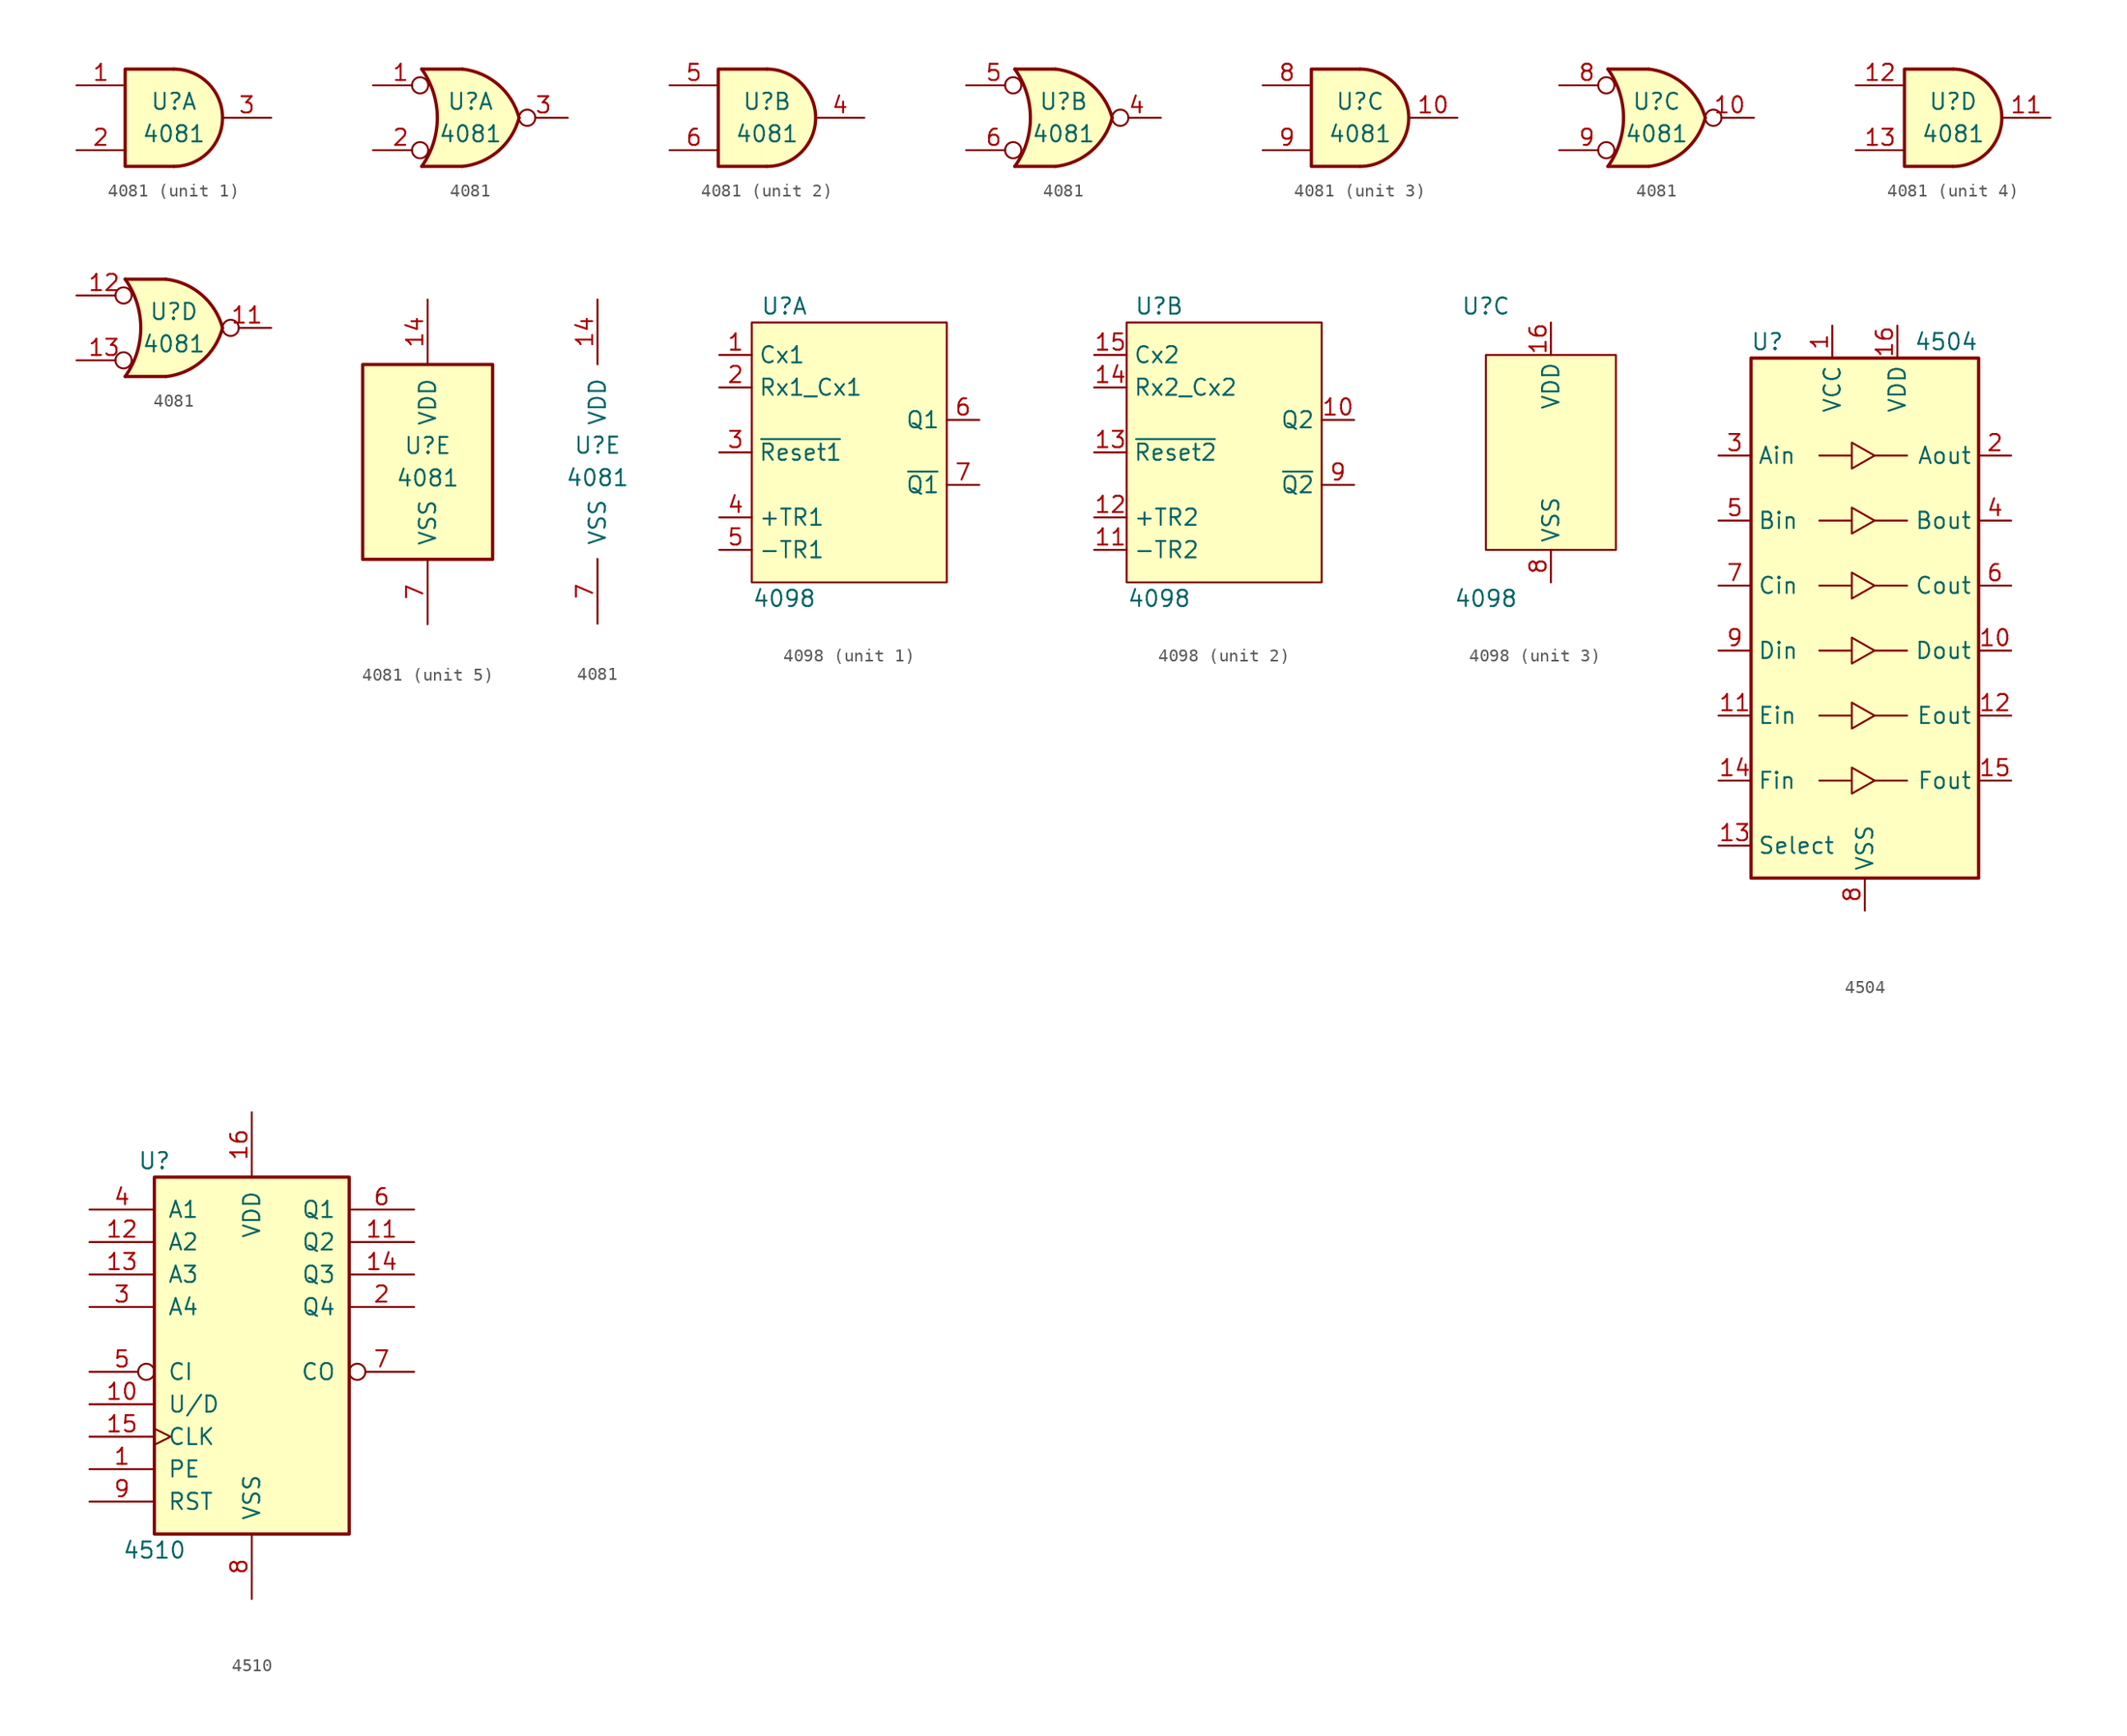
<source format=kicad_sym>
(kicad_symbol_lib
  (version 20200908)
  (generator kicad_symbol_editor)
  (symbol "4xxx:4081"
    (pin_names
      (offset 1.016))
    (property "Reference" "U"
      (at 0 1.27 0)
      (effects (font (size 1.27 1.27))))
    (property "Value" "4081"
      (at 0 -1.27 0)
      (effects (font (size 1.27 1.27))))
    (property "ki_locked" ""
      (at 0 0 0)
      (effects (font (size 1.27 1.27))))
    (symbol "4081_1_1"
      (arc (start 0 -3.81) (end 0 3.81) (radius (at 0 0) (length 3.81) (angles -89.9 89.9)) (stroke (width 0.254)) (fill (type background)))
      (polyline (pts (xy 0 3.81) (xy -3.81 3.81) (xy -3.81 -3.81) (xy 0 -3.81)) (stroke (width 0.254)) (fill (type background)))
      (pin input line (at -7.62 2.54 0) (length 3.81) (name "~" (effects (font (size 1.27 1.27)))) (number "1" (effects (font (size 1.27 1.27)))))
      (pin input line (at -7.62 -2.54 0) (length 3.81) (name "~" (effects (font (size 1.27 1.27)))) (number "2" (effects (font (size 1.27 1.27)))))
      (pin output line (at 7.62 0 180) (length 3.81) (name "~" (effects (font (size 1.27 1.27)))) (number "3" (effects (font (size 1.27 1.27))))))
    (symbol "4081_2_1"
      (arc (start 0 -3.81) (end 0 3.81) (radius (at 0 0) (length 3.81) (angles -89.9 89.9)) (stroke (width 0.254)) (fill (type background)))
      (polyline (pts (xy 0 3.81) (xy -3.81 3.81) (xy -3.81 -3.81) (xy 0 -3.81)) (stroke (width 0.254)) (fill (type background)))
      (pin output line (at 7.62 0 180) (length 3.81) (name "~" (effects (font (size 1.27 1.27)))) (number "4" (effects (font (size 1.27 1.27)))))
      (pin input line (at -7.62 2.54 0) (length 3.81) (name "~" (effects (font (size 1.27 1.27)))) (number "5" (effects (font (size 1.27 1.27)))))
      (pin input line (at -7.62 -2.54 0) (length 3.81) (name "~" (effects (font (size 1.27 1.27)))) (number "6" (effects (font (size 1.27 1.27))))))
    (symbol "4081_3_1"
      (arc (start 0 -3.81) (end 0 3.81) (radius (at 0 0) (length 3.81) (angles -89.9 89.9)) (stroke (width 0.254)) (fill (type background)))
      (polyline (pts (xy 0 3.81) (xy -3.81 3.81) (xy -3.81 -3.81) (xy 0 -3.81)) (stroke (width 0.254)) (fill (type background)))
      (pin output line (at 7.62 0 180) (length 3.81) (name "~" (effects (font (size 1.27 1.27)))) (number "10" (effects (font (size 1.27 1.27)))))
      (pin input line (at -7.62 2.54 0) (length 3.81) (name "~" (effects (font (size 1.27 1.27)))) (number "8" (effects (font (size 1.27 1.27)))))
      (pin input line (at -7.62 -2.54 0) (length 3.81) (name "~" (effects (font (size 1.27 1.27)))) (number "9" (effects (font (size 1.27 1.27))))))
    (symbol "4081_4_1"
      (arc (start 0 -3.81) (end 0 3.81) (radius (at 0 0) (length 3.81) (angles -89.9 89.9)) (stroke (width 0.254)) (fill (type background)))
      (polyline (pts (xy 0 3.81) (xy -3.81 3.81) (xy -3.81 -3.81) (xy 0 -3.81)) (stroke (width 0.254)) (fill (type background)))
      (pin output line (at 7.62 0 180) (length 3.81) (name "~" (effects (font (size 1.27 1.27)))) (number "11" (effects (font (size 1.27 1.27)))))
      (pin input line (at -7.62 2.54 0) (length 3.81) (name "~" (effects (font (size 1.27 1.27)))) (number "12" (effects (font (size 1.27 1.27)))))
      (pin input line (at -7.62 -2.54 0) (length 3.81) (name "~" (effects (font (size 1.27 1.27)))) (number "13" (effects (font (size 1.27 1.27))))))
    (symbol "4081_1_2"
      (arc (start -3.81 3.81) (end -3.81 -3.81) (radius (at -9.144 0) (length 6.5532) (angles 35.4 -35.4)) (stroke (width 0.254)) (fill (type none)))
      (arc (start 3.81 0) (end -0.6096 3.81) (radius (at -1.1938 -1.3208) (length 5.1816) (angles 15 83.7)) (stroke (width 0.254)) (fill (type background)))
      (arc (start 3.81 0) (end -0.6096 -3.81) (radius (at -1.1938 1.3208) (length 5.1816) (angles -15 -83.7)) (stroke (width 0.254)) (fill (type background)))
      (polyline (pts (xy -3.81 -3.81) (xy -0.635 -3.81)) (stroke (width 0.254)) (fill (type background)))
      (polyline (pts (xy -3.81 3.81) (xy -0.635 3.81)) (stroke (width 0.254)) (fill (type background)))
      (polyline (pts (xy -0.635 3.81) (xy -3.81 3.81) (xy -3.81 3.81) (xy -3.556 3.404) (xy -3.023 2.261) (xy -2.692 1.041) (xy -2.616 -0.254) (xy -2.769 -1.499) (xy -3.175 -2.718) (xy -3.81 -3.81) (xy -3.81 -3.81) (xy -0.635 -3.81)) (stroke (width -25.4)) (fill (type background)))
      (pin input inverted (at -7.62 2.54 0) (length 4.318) (name "~" (effects (font (size 1.27 1.27)))) (number "1" (effects (font (size 1.27 1.27)))))
      (pin input inverted (at -7.62 -2.54 0) (length 4.318) (name "~" (effects (font (size 1.27 1.27)))) (number "2" (effects (font (size 1.27 1.27)))))
      (pin output inverted (at 7.62 0 180) (length 3.81) (name "~" (effects (font (size 1.27 1.27)))) (number "3" (effects (font (size 1.27 1.27))))))
    (symbol "4081_2_2"
      (arc (start -3.81 3.81) (end -3.81 -3.81) (radius (at -9.144 0) (length 6.5532) (angles 35.4 -35.4)) (stroke (width 0.254)) (fill (type none)))
      (arc (start 3.81 0) (end -0.6096 3.81) (radius (at -1.1938 -1.3208) (length 5.1816) (angles 15 83.7)) (stroke (width 0.254)) (fill (type background)))
      (arc (start 3.81 0) (end -0.6096 -3.81) (radius (at -1.1938 1.3208) (length 5.1816) (angles -15 -83.7)) (stroke (width 0.254)) (fill (type background)))
      (polyline (pts (xy -3.81 -3.81) (xy -0.635 -3.81)) (stroke (width 0.254)) (fill (type background)))
      (polyline (pts (xy -3.81 3.81) (xy -0.635 3.81)) (stroke (width 0.254)) (fill (type background)))
      (polyline (pts (xy -0.635 3.81) (xy -3.81 3.81) (xy -3.81 3.81) (xy -3.556 3.404) (xy -3.023 2.261) (xy -2.692 1.041) (xy -2.616 -0.254) (xy -2.769 -1.499) (xy -3.175 -2.718) (xy -3.81 -3.81) (xy -3.81 -3.81) (xy -0.635 -3.81)) (stroke (width -25.4)) (fill (type background)))
      (pin output inverted (at 7.62 0 180) (length 3.81) (name "~" (effects (font (size 1.27 1.27)))) (number "4" (effects (font (size 1.27 1.27)))))
      (pin input inverted (at -7.62 2.54 0) (length 4.318) (name "~" (effects (font (size 1.27 1.27)))) (number "5" (effects (font (size 1.27 1.27)))))
      (pin input inverted (at -7.62 -2.54 0) (length 4.318) (name "~" (effects (font (size 1.27 1.27)))) (number "6" (effects (font (size 1.27 1.27))))))
    (symbol "4081_3_2"
      (arc (start -3.81 3.81) (end -3.81 -3.81) (radius (at -9.144 0) (length 6.5532) (angles 35.4 -35.4)) (stroke (width 0.254)) (fill (type none)))
      (arc (start 3.81 0) (end -0.6096 3.81) (radius (at -1.1938 -1.3208) (length 5.1816) (angles 15 83.7)) (stroke (width 0.254)) (fill (type background)))
      (arc (start 3.81 0) (end -0.6096 -3.81) (radius (at -1.1938 1.3208) (length 5.1816) (angles -15 -83.7)) (stroke (width 0.254)) (fill (type background)))
      (polyline (pts (xy -3.81 -3.81) (xy -0.635 -3.81)) (stroke (width 0.254)) (fill (type background)))
      (polyline (pts (xy -3.81 3.81) (xy -0.635 3.81)) (stroke (width 0.254)) (fill (type background)))
      (polyline (pts (xy -0.635 3.81) (xy -3.81 3.81) (xy -3.81 3.81) (xy -3.556 3.404) (xy -3.023 2.261) (xy -2.692 1.041) (xy -2.616 -0.254) (xy -2.769 -1.499) (xy -3.175 -2.718) (xy -3.81 -3.81) (xy -3.81 -3.81) (xy -0.635 -3.81)) (stroke (width -25.4)) (fill (type background)))
      (pin output inverted (at 7.62 0 180) (length 3.81) (name "~" (effects (font (size 1.27 1.27)))) (number "10" (effects (font (size 1.27 1.27)))))
      (pin input inverted (at -7.62 2.54 0) (length 4.318) (name "~" (effects (font (size 1.27 1.27)))) (number "8" (effects (font (size 1.27 1.27)))))
      (pin input inverted (at -7.62 -2.54 0) (length 4.318) (name "~" (effects (font (size 1.27 1.27)))) (number "9" (effects (font (size 1.27 1.27))))))
    (symbol "4081_4_2"
      (arc (start -3.81 3.81) (end -3.81 -3.81) (radius (at -9.144 0) (length 6.5532) (angles 35.4 -35.4)) (stroke (width 0.254)) (fill (type none)))
      (arc (start 3.81 0) (end -0.6096 3.81) (radius (at -1.1938 -1.3208) (length 5.1816) (angles 15 83.7)) (stroke (width 0.254)) (fill (type background)))
      (arc (start 3.81 0) (end -0.6096 -3.81) (radius (at -1.1938 1.3208) (length 5.1816) (angles -15 -83.7)) (stroke (width 0.254)) (fill (type background)))
      (polyline (pts (xy -3.81 -3.81) (xy -0.635 -3.81)) (stroke (width 0.254)) (fill (type background)))
      (polyline (pts (xy -3.81 3.81) (xy -0.635 3.81)) (stroke (width 0.254)) (fill (type background)))
      (polyline (pts (xy -0.635 3.81) (xy -3.81 3.81) (xy -3.81 3.81) (xy -3.556 3.404) (xy -3.023 2.261) (xy -2.692 1.041) (xy -2.616 -0.254) (xy -2.769 -1.499) (xy -3.175 -2.718) (xy -3.81 -3.81) (xy -3.81 -3.81) (xy -0.635 -3.81)) (stroke (width -25.4)) (fill (type background)))
      (pin output inverted (at 7.62 0 180) (length 3.81) (name "~" (effects (font (size 1.27 1.27)))) (number "11" (effects (font (size 1.27 1.27)))))
      (pin input inverted (at -7.62 2.54 0) (length 4.318) (name "~" (effects (font (size 1.27 1.27)))) (number "12" (effects (font (size 1.27 1.27)))))
      (pin input inverted (at -7.62 -2.54 0) (length 4.318) (name "~" (effects (font (size 1.27 1.27)))) (number "13" (effects (font (size 1.27 1.27))))))
    (symbol "4081_5_1"
      (rectangle (start -5.08 7.62) (end 5.08 -7.62) (stroke (width 0.254)) (fill (type background))))
    (symbol "4081_5_0"
      (pin power_in line (at 0 12.7 270) (length 5.08) (name "VDD" (effects (font (size 1.27 1.27)))) (number "14" (effects (font (size 1.27 1.27)))))
      (pin power_in line (at 0 -12.7 90) (length 5.08) (name "VSS" (effects (font (size 1.27 1.27)))) (number "7" (effects (font (size 1.27 1.27)))))))
  (symbol "4xxx:4098"
    (property "Reference" "U"
      (at -5.08 11.43 0)
      (effects (font (size 1.27 1.27))))
    (property "Value" "4098"
      (at -5.08 -11.43 0)
      (effects (font (size 1.27 1.27))))
    (symbol "4098_1_1"
      (rectangle (start -7.62 10.16) (end 7.62 -10.16) (stroke (width 0)) (fill (type background)))
      (pin input line (at -10.16 7.62 0) (length 2.54) (name "Cx1" (effects (font (size 1.27 1.27)))) (number "1" (effects (font (size 1.27 1.27)))))
      (pin input line (at -10.16 5.08 0) (length 2.54) (name "Rx1_Cx1" (effects (font (size 1.27 1.27)))) (number "2" (effects (font (size 1.27 1.27)))))
      (pin input line (at -10.16 0 0) (length 2.54) (name "~Reset1" (effects (font (size 1.27 1.27)))) (number "3" (effects (font (size 1.27 1.27)))))
      (pin input line (at -10.16 -5.08 0) (length 2.54) (name "+TR1" (effects (font (size 1.27 1.27)))) (number "4" (effects (font (size 1.27 1.27)))))
      (pin input line (at -10.16 -7.62 0) (length 2.54) (name "-TR1" (effects (font (size 1.27 1.27)))) (number "5" (effects (font (size 1.27 1.27)))))
      (pin output line (at 10.16 2.54 180) (length 2.54) (name "Q1" (effects (font (size 1.27 1.27)))) (number "6" (effects (font (size 1.27 1.27)))))
      (pin output line (at 10.16 -2.54 180) (length 2.54) (name "~Q1" (effects (font (size 1.27 1.27)))) (number "7" (effects (font (size 1.27 1.27))))))
    (symbol "4098_2_1"
      (rectangle (start -7.62 10.16) (end 7.62 -10.16) (stroke (width 0)) (fill (type background)))
      (pin output line (at 10.16 2.54 180) (length 2.54) (name "Q2" (effects (font (size 1.27 1.27)))) (number "10" (effects (font (size 1.27 1.27)))))
      (pin input line (at -10.16 -7.62 0) (length 2.54) (name "-TR2" (effects (font (size 1.27 1.27)))) (number "11" (effects (font (size 1.27 1.27)))))
      (pin input line (at -10.16 -5.08 0) (length 2.54) (name "+TR2" (effects (font (size 1.27 1.27)))) (number "12" (effects (font (size 1.27 1.27)))))
      (pin input line (at -10.16 0 0) (length 2.54) (name "~Reset2" (effects (font (size 1.27 1.27)))) (number "13" (effects (font (size 1.27 1.27)))))
      (pin input line (at -10.16 5.08 0) (length 2.54) (name "Rx2_Cx2" (effects (font (size 1.27 1.27)))) (number "14" (effects (font (size 1.27 1.27)))))
      (pin input line (at -10.16 7.62 0) (length 2.54) (name "Cx2" (effects (font (size 1.27 1.27)))) (number "15" (effects (font (size 1.27 1.27)))))
      (pin output line (at 10.16 -2.54 180) (length 2.54) (name "~Q2" (effects (font (size 1.27 1.27)))) (number "9" (effects (font (size 1.27 1.27))))))
    (symbol "4098_3_1"
      (rectangle (start -5.08 7.62) (end 5.08 -7.62) (stroke (width 0)) (fill (type background)))
      (pin power_in line (at 0 10.16 270) (length 2.54) (name "VDD" (effects (font (size 1.27 1.27)))) (number "16" (effects (font (size 1.27 1.27)))))
      (pin power_in line (at 0 -10.16 90) (length 2.54) (name "VSS" (effects (font (size 1.27 1.27)))) (number "8" (effects (font (size 1.27 1.27)))))))
  (symbol "4xxx:4504"
    (property "Reference" "U"
      (at -7.62 21.59 0)
      (effects (font (size 1.27 1.27))))
    (property "Value" "4504"
      (at 6.35 21.59 0)
      (effects (font (size 1.27 1.27))))
    (symbol "4504_1_1"
      (rectangle (start -8.89 20.32) (end 8.89 -20.32) (stroke (width 0.254)) (fill (type background)))
      (polyline (pts (xy 0.762 -12.7) (xy -1.016 -13.716) (xy -1.016 -11.684) (xy 0.762 -12.7)) (stroke (width 0)) (fill (type none)))
      (polyline (pts (xy 0.762 -7.62) (xy -1.016 -8.636) (xy -1.016 -6.604) (xy 0.762 -7.62)) (stroke (width 0)) (fill (type none)))
      (polyline (pts (xy 0.762 -2.54) (xy -1.016 -3.556) (xy -1.016 -1.524) (xy 0.762 -2.54)) (stroke (width 0)) (fill (type none)))
      (polyline (pts (xy 0.762 2.54) (xy -1.016 1.524) (xy -1.016 3.556) (xy 0.762 2.54)) (stroke (width 0)) (fill (type none)))
      (polyline (pts (xy 0.762 7.62) (xy -1.016 6.604) (xy -1.016 8.636) (xy 0.762 7.62)) (stroke (width 0)) (fill (type none)))
      (polyline (pts (xy 0.762 12.7) (xy -1.016 11.684) (xy -1.016 13.716) (xy 0.762 12.7)) (stroke (width 0)) (fill (type none)))
      (pin power_in line (at -2.54 22.86 270) (length 2.54) (name "VCC" (effects (font (size 1.27 1.27)))) (number "1" (effects (font (size 1.27 1.27)))))
      (pin output line (at 11.43 -2.54 180) (length 2.54) (name "Dout" (effects (font (size 1.27 1.27)))) (number "10" (effects (font (size 1.27 1.27)))))
      (pin input line (at -11.43 -7.62 0) (length 2.54) (name "Ein" (effects (font (size 1.27 1.27)))) (number "11" (effects (font (size 1.27 1.27)))))
      (pin output line (at 11.43 -7.62 180) (length 2.54) (name "Eout" (effects (font (size 1.27 1.27)))) (number "12" (effects (font (size 1.27 1.27)))))
      (pin input line (at -11.43 -17.78 0) (length 2.54) (name "Select" (effects (font (size 1.27 1.27)))) (number "13" (effects (font (size 1.27 1.27)))))
      (pin input line (at -11.43 -12.7 0) (length 2.54) (name "Fin" (effects (font (size 1.27 1.27)))) (number "14" (effects (font (size 1.27 1.27)))))
      (pin output line (at 11.43 -12.7 180) (length 2.54) (name "Fout" (effects (font (size 1.27 1.27)))) (number "15" (effects (font (size 1.27 1.27)))))
      (pin power_in line (at 2.54 22.86 270) (length 2.54) (name "VDD" (effects (font (size 1.27 1.27)))) (number "16" (effects (font (size 1.27 1.27)))))
      (pin output line (at 11.43 12.7 180) (length 2.54) (name "Aout" (effects (font (size 1.27 1.27)))) (number "2" (effects (font (size 1.27 1.27)))))
      (pin input line (at -11.43 12.7 0) (length 2.54) (name "Ain" (effects (font (size 1.27 1.27)))) (number "3" (effects (font (size 1.27 1.27)))))
      (pin output line (at 11.43 7.62 180) (length 2.54) (name "Bout" (effects (font (size 1.27 1.27)))) (number "4" (effects (font (size 1.27 1.27)))))
      (pin input line (at -11.43 7.62 0) (length 2.54) (name "Bin" (effects (font (size 1.27 1.27)))) (number "5" (effects (font (size 1.27 1.27)))))
      (pin output line (at 11.43 2.54 180) (length 2.54) (name "Cout" (effects (font (size 1.27 1.27)))) (number "6" (effects (font (size 1.27 1.27)))))
      (pin input line (at -11.43 2.54 0) (length 2.54) (name "Cin" (effects (font (size 1.27 1.27)))) (number "7" (effects (font (size 1.27 1.27)))))
      (pin power_in line (at 0 -22.86 90) (length 2.54) (name "VSS" (effects (font (size 1.27 1.27)))) (number "8" (effects (font (size 1.27 1.27)))))
      (pin input line (at -11.43 -2.54 0) (length 2.54) (name "Din" (effects (font (size 1.27 1.27)))) (number "9" (effects (font (size 1.27 1.27))))))
    (symbol "4504_0_1"
      (polyline (pts (xy -3.556 -12.7) (xy -1.016 -12.7)) (stroke (width 0)) (fill (type none)))
      (polyline (pts (xy -3.556 -7.62) (xy -1.016 -7.62)) (stroke (width 0)) (fill (type none)))
      (polyline (pts (xy -3.556 -2.54) (xy -1.016 -2.54)) (stroke (width 0)) (fill (type none)))
      (polyline (pts (xy -3.556 2.54) (xy -1.016 2.54)) (stroke (width 0)) (fill (type none)))
      (polyline (pts (xy -3.556 7.62) (xy -1.016 7.62)) (stroke (width 0)) (fill (type none)))
      (polyline (pts (xy -3.556 12.7) (xy -1.016 12.7)) (stroke (width 0)) (fill (type none)))
      (polyline (pts (xy 0.762 -12.7) (xy 3.302 -12.7)) (stroke (width 0)) (fill (type none)))
      (polyline (pts (xy 0.762 -7.62) (xy 3.302 -7.62)) (stroke (width 0)) (fill (type none)))
      (polyline (pts (xy 0.762 -2.54) (xy 3.302 -2.54)) (stroke (width 0)) (fill (type none)))
      (polyline (pts (xy 0.762 2.54) (xy 3.302 2.54)) (stroke (width 0)) (fill (type none)))
      (polyline (pts (xy 0.762 7.62) (xy 3.302 7.62)) (stroke (width 0)) (fill (type none)))
      (polyline (pts (xy 0.762 12.7) (xy 3.302 12.7)) (stroke (width 0)) (fill (type none)))))
  (symbol "4xxx:4510"
    (pin_names
      (offset 1.016))
    (property "Reference" "U"
      (at -7.62 13.97 0)
      (effects (font (size 1.27 1.27))))
    (property "Value" "4510"
      (at -7.62 -16.51 0)
      (effects (font (size 1.27 1.27))))
    (property "ki_locked" ""
      (at 0 0 0)
      (effects (font (size 1.27 1.27))))
    (symbol "4510_1_1"
      (rectangle (start -7.62 12.7) (end 7.62 -15.24) (stroke (width 0.254)) (fill (type background))))
    (symbol "4510_1_0"
      (pin input line (at -12.7 -10.16 0) (length 5.08) (name "PE" (effects (font (size 1.27 1.27)))) (number "1" (effects (font (size 1.27 1.27)))))
      (pin input line (at -12.7 -5.08 0) (length 5.08) (name "U/D" (effects (font (size 1.27 1.27)))) (number "10" (effects (font (size 1.27 1.27)))))
      (pin output line (at 12.7 7.62 180) (length 5.08) (name "Q2" (effects (font (size 1.27 1.27)))) (number "11" (effects (font (size 1.27 1.27)))))
      (pin input line (at -12.7 7.62 0) (length 5.08) (name "A2" (effects (font (size 1.27 1.27)))) (number "12" (effects (font (size 1.27 1.27)))))
      (pin input line (at -12.7 5.08 0) (length 5.08) (name "A3" (effects (font (size 1.27 1.27)))) (number "13" (effects (font (size 1.27 1.27)))))
      (pin output line (at 12.7 5.08 180) (length 5.08) (name "Q3" (effects (font (size 1.27 1.27)))) (number "14" (effects (font (size 1.27 1.27)))))
      (pin input clock (at -12.7 -7.62 0) (length 5.08) (name "CLK" (effects (font (size 1.27 1.27)))) (number "15" (effects (font (size 1.27 1.27)))))
      (pin power_in line (at 0 17.78 270) (length 5.08) (name "VDD" (effects (font (size 1.27 1.27)))) (number "16" (effects (font (size 1.27 1.27)))))
      (pin output line (at 12.7 2.54 180) (length 5.08) (name "Q4" (effects (font (size 1.27 1.27)))) (number "2" (effects (font (size 1.27 1.27)))))
      (pin input line (at -12.7 2.54 0) (length 5.08) (name "A4" (effects (font (size 1.27 1.27)))) (number "3" (effects (font (size 1.27 1.27)))))
      (pin input line (at -12.7 10.16 0) (length 5.08) (name "A1" (effects (font (size 1.27 1.27)))) (number "4" (effects (font (size 1.27 1.27)))))
      (pin input inverted (at -12.7 -2.54 0) (length 5.08) (name "CI" (effects (font (size 1.27 1.27)))) (number "5" (effects (font (size 1.27 1.27)))))
      (pin output line (at 12.7 10.16 180) (length 5.08) (name "Q1" (effects (font (size 1.27 1.27)))) (number "6" (effects (font (size 1.27 1.27)))))
      (pin output inverted (at 12.7 -2.54 180) (length 5.08) (name "CO" (effects (font (size 1.27 1.27)))) (number "7" (effects (font (size 1.27 1.27)))))
      (pin power_in line (at 0 -20.32 90) (length 5.08) (name "VSS" (effects (font (size 1.27 1.27)))) (number "8" (effects (font (size 1.27 1.27)))))
      (pin input line (at -12.7 -12.7 0) (length 5.08) (name "RST" (effects (font (size 1.27 1.27)))) (number "9" (effects (font (size 1.27 1.27))))))))
</source>
